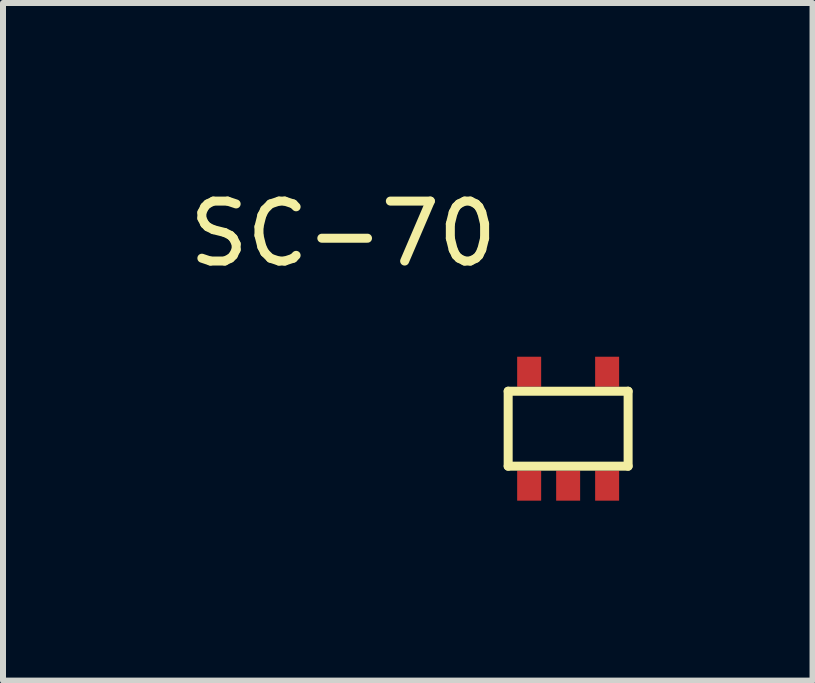
<source format=kicad_pcb>
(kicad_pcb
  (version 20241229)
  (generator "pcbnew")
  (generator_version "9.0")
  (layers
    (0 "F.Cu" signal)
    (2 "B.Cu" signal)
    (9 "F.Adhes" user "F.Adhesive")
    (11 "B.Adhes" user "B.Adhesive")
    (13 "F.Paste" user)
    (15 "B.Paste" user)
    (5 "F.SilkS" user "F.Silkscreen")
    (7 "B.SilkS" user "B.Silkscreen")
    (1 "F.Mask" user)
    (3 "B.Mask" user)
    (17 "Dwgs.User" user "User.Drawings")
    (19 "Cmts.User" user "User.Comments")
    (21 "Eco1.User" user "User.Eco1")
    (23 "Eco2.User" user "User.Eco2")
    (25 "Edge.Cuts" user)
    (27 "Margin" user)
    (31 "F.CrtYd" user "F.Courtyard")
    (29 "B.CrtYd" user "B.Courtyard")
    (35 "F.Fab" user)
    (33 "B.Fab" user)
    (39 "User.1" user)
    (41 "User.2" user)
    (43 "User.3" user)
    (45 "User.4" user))
  (footprint "SC-70"
    (layer "F.Cu")
    (at 6.423 4.098)
    (property "Reference" "SC-70" (at -3.75 -3.25 0) (layer "F.SilkS") (effects (font (size 1 1) (thickness 0.15))))
    (attr through_hole)
    (fp_line (start -1 -0.625) (end 1 -0.625) (stroke (width 0.15) (type solid)) (layer "F.SilkS"))
    (fp_line (start -1 0.625) (end -1 -0.625) (stroke (width 0.15) (type solid)) (layer "F.SilkS"))
    (fp_line (start 1 -0.625) (end 1 0.625) (stroke (width 0.15) (type solid)) (layer "F.SilkS"))
    (fp_line (start 1 0.625) (end -1 0.625) (stroke (width 0.15) (type solid)) (layer "F.SilkS"))
    (pad "1" smd rect (at -0.65 0.95) (size 0.4 0.5) (layers "F.Cu" "F.Mask" "F.Paste"))
    (pad "2" smd rect (at 0 0.95) (size 0.4 0.5) (layers "F.Cu" "F.Mask" "F.Paste"))
    (pad "3" smd rect (at 0.65 0.95) (size 0.4 0.5) (layers "F.Cu" "F.Mask" "F.Paste"))
    (pad "4" smd rect (at 0.65 -0.95) (size 0.4 0.5) (layers "F.Cu" "F.Mask" "F.Paste"))
    (pad "5" smd rect (at -0.65 -0.95) (size 0.4 0.5) (layers "F.Cu" "F.Mask" "F.Paste")))
  (gr_rect
    (start -3 -3)
    (end 10.498 8.298)
    (stroke (width 0.1) (type default))
    (fill no)
    (layer "Edge.Cuts")))
</source>
